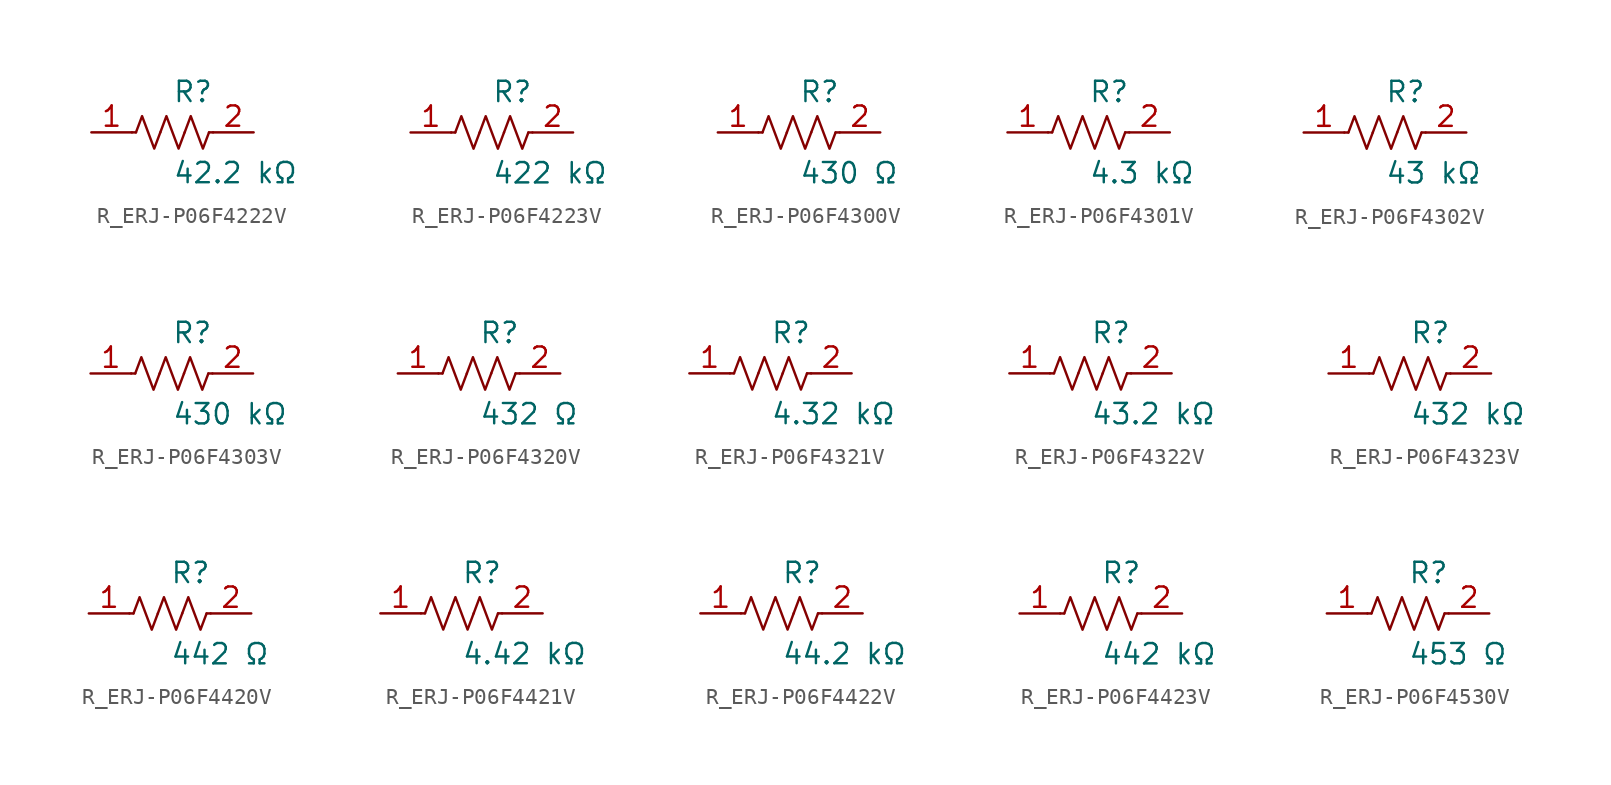
<source format=kicad_sym>
(kicad_symbol_lib
  (version 20231120)
  (generator kicad_symbol_editor)
  (generator_version 8.0)
  (symbol "R_ERJ-P06F4222V"
    (pin_names
      (offset 0.254))
    (property "Reference" "R"
      (at 0 2.54 0)
      (effects (font (size 1.27 1.27)) (justify left)))
    (property "Value" "42.2 kΩ"
      (at 0 -2.54 0)
      (effects (font (size 1.27 1.27)) (justify left)))
    (symbol "R_ERJ-P06F4222V_0_1"
      (polyline (pts (xy 2.286 0) (xy 2.54 0)) (stroke (width 0) (type default)) (fill (type none)))
      (polyline (pts (xy -2.286 0) (xy -2.54 0)) (stroke (width 0) (type default)) (fill (type none)))
      (polyline (pts (xy 0.762 0) (xy 1.143 1.016) (xy 1.524 0) (xy 1.905 -1.016) (xy 2.286 0)) (stroke (width 0) (type default)) (fill (type none)))
      (polyline (pts (xy -0.762 0) (xy -0.381 1.016) (xy 0 0) (xy 0.381 -1.016) (xy 0.762 0)) (stroke (width 0) (type default)) (fill (type none)))
      (polyline (pts (xy -2.286 0) (xy -1.905 1.016) (xy -1.524 0) (xy -1.143 -1.016) (xy -0.762 0)) (stroke (width 0) (type default)) (fill (type none))))
    (pin passive line
      (at -5.08 0 0)
      (length 2.54)
      (name "" (effects (font (size 1.27 1.27))))
      (number "1" (effects (font (size 1.27 1.27)))))
    (pin passive line
      (at 5.08 0 180)
      (length 2.54)
      (name "" (effects (font (size 1.27 1.27))))
      (number "2" (effects (font (size 1.27 1.27))))))
  (symbol "R_ERJ-P06F4223V"
    (pin_names
      (offset 0.254))
    (property "Reference" "R"
      (at 0 2.54 0)
      (effects (font (size 1.27 1.27)) (justify left)))
    (property "Value" "422 kΩ"
      (at 0 -2.54 0)
      (effects (font (size 1.27 1.27)) (justify left)))
    (symbol "R_ERJ-P06F4223V_0_1"
      (polyline (pts (xy 2.286 0) (xy 2.54 0)) (stroke (width 0) (type default)) (fill (type none)))
      (polyline (pts (xy -2.286 0) (xy -2.54 0)) (stroke (width 0) (type default)) (fill (type none)))
      (polyline (pts (xy 0.762 0) (xy 1.143 1.016) (xy 1.524 0) (xy 1.905 -1.016) (xy 2.286 0)) (stroke (width 0) (type default)) (fill (type none)))
      (polyline (pts (xy -0.762 0) (xy -0.381 1.016) (xy 0 0) (xy 0.381 -1.016) (xy 0.762 0)) (stroke (width 0) (type default)) (fill (type none)))
      (polyline (pts (xy -2.286 0) (xy -1.905 1.016) (xy -1.524 0) (xy -1.143 -1.016) (xy -0.762 0)) (stroke (width 0) (type default)) (fill (type none))))
    (pin passive line
      (at -5.08 0 0)
      (length 2.54)
      (name "" (effects (font (size 1.27 1.27))))
      (number "1" (effects (font (size 1.27 1.27)))))
    (pin passive line
      (at 5.08 0 180)
      (length 2.54)
      (name "" (effects (font (size 1.27 1.27))))
      (number "2" (effects (font (size 1.27 1.27))))))
  (symbol "R_ERJ-P06F4300V"
    (pin_names
      (offset 0.254))
    (property "Reference" "R"
      (at 0 2.54 0)
      (effects (font (size 1.27 1.27)) (justify left)))
    (property "Value" "430 Ω"
      (at 0 -2.54 0)
      (effects (font (size 1.27 1.27)) (justify left)))
    (symbol "R_ERJ-P06F4300V_0_1"
      (polyline (pts (xy 2.286 0) (xy 2.54 0)) (stroke (width 0) (type default)) (fill (type none)))
      (polyline (pts (xy -2.286 0) (xy -2.54 0)) (stroke (width 0) (type default)) (fill (type none)))
      (polyline (pts (xy 0.762 0) (xy 1.143 1.016) (xy 1.524 0) (xy 1.905 -1.016) (xy 2.286 0)) (stroke (width 0) (type default)) (fill (type none)))
      (polyline (pts (xy -0.762 0) (xy -0.381 1.016) (xy 0 0) (xy 0.381 -1.016) (xy 0.762 0)) (stroke (width 0) (type default)) (fill (type none)))
      (polyline (pts (xy -2.286 0) (xy -1.905 1.016) (xy -1.524 0) (xy -1.143 -1.016) (xy -0.762 0)) (stroke (width 0) (type default)) (fill (type none))))
    (pin passive line
      (at -5.08 0 0)
      (length 2.54)
      (name "" (effects (font (size 1.27 1.27))))
      (number "1" (effects (font (size 1.27 1.27)))))
    (pin passive line
      (at 5.08 0 180)
      (length 2.54)
      (name "" (effects (font (size 1.27 1.27))))
      (number "2" (effects (font (size 1.27 1.27))))))
  (symbol "R_ERJ-P06F4301V"
    (pin_names
      (offset 0.254))
    (property "Reference" "R"
      (at 0 2.54 0)
      (effects (font (size 1.27 1.27)) (justify left)))
    (property "Value" "4.3 kΩ"
      (at 0 -2.54 0)
      (effects (font (size 1.27 1.27)) (justify left)))
    (symbol "R_ERJ-P06F4301V_0_1"
      (polyline (pts (xy 2.286 0) (xy 2.54 0)) (stroke (width 0) (type default)) (fill (type none)))
      (polyline (pts (xy -2.286 0) (xy -2.54 0)) (stroke (width 0) (type default)) (fill (type none)))
      (polyline (pts (xy 0.762 0) (xy 1.143 1.016) (xy 1.524 0) (xy 1.905 -1.016) (xy 2.286 0)) (stroke (width 0) (type default)) (fill (type none)))
      (polyline (pts (xy -0.762 0) (xy -0.381 1.016) (xy 0 0) (xy 0.381 -1.016) (xy 0.762 0)) (stroke (width 0) (type default)) (fill (type none)))
      (polyline (pts (xy -2.286 0) (xy -1.905 1.016) (xy -1.524 0) (xy -1.143 -1.016) (xy -0.762 0)) (stroke (width 0) (type default)) (fill (type none))))
    (pin passive line
      (at -5.08 0 0)
      (length 2.54)
      (name "" (effects (font (size 1.27 1.27))))
      (number "1" (effects (font (size 1.27 1.27)))))
    (pin passive line
      (at 5.08 0 180)
      (length 2.54)
      (name "" (effects (font (size 1.27 1.27))))
      (number "2" (effects (font (size 1.27 1.27))))))
  (symbol "R_ERJ-P06F4302V"
    (pin_names
      (offset 0.254))
    (property "Reference" "R"
      (at 0 2.54 0)
      (effects (font (size 1.27 1.27)) (justify left)))
    (property "Value" "43 kΩ"
      (at 0 -2.54 0)
      (effects (font (size 1.27 1.27)) (justify left)))
    (symbol "R_ERJ-P06F4302V_0_1"
      (polyline (pts (xy 2.286 0) (xy 2.54 0)) (stroke (width 0) (type default)) (fill (type none)))
      (polyline (pts (xy -2.286 0) (xy -2.54 0)) (stroke (width 0) (type default)) (fill (type none)))
      (polyline (pts (xy 0.762 0) (xy 1.143 1.016) (xy 1.524 0) (xy 1.905 -1.016) (xy 2.286 0)) (stroke (width 0) (type default)) (fill (type none)))
      (polyline (pts (xy -0.762 0) (xy -0.381 1.016) (xy 0 0) (xy 0.381 -1.016) (xy 0.762 0)) (stroke (width 0) (type default)) (fill (type none)))
      (polyline (pts (xy -2.286 0) (xy -1.905 1.016) (xy -1.524 0) (xy -1.143 -1.016) (xy -0.762 0)) (stroke (width 0) (type default)) (fill (type none))))
    (pin passive line
      (at -5.08 0 0)
      (length 2.54)
      (name "" (effects (font (size 1.27 1.27))))
      (number "1" (effects (font (size 1.27 1.27)))))
    (pin passive line
      (at 5.08 0 180)
      (length 2.54)
      (name "" (effects (font (size 1.27 1.27))))
      (number "2" (effects (font (size 1.27 1.27))))))
  (symbol "R_ERJ-P06F4303V"
    (pin_names
      (offset 0.254))
    (property "Reference" "R"
      (at 0 2.54 0)
      (effects (font (size 1.27 1.27)) (justify left)))
    (property "Value" "430 kΩ"
      (at 0 -2.54 0)
      (effects (font (size 1.27 1.27)) (justify left)))
    (symbol "R_ERJ-P06F4303V_0_1"
      (polyline (pts (xy 2.286 0) (xy 2.54 0)) (stroke (width 0) (type default)) (fill (type none)))
      (polyline (pts (xy -2.286 0) (xy -2.54 0)) (stroke (width 0) (type default)) (fill (type none)))
      (polyline (pts (xy 0.762 0) (xy 1.143 1.016) (xy 1.524 0) (xy 1.905 -1.016) (xy 2.286 0)) (stroke (width 0) (type default)) (fill (type none)))
      (polyline (pts (xy -0.762 0) (xy -0.381 1.016) (xy 0 0) (xy 0.381 -1.016) (xy 0.762 0)) (stroke (width 0) (type default)) (fill (type none)))
      (polyline (pts (xy -2.286 0) (xy -1.905 1.016) (xy -1.524 0) (xy -1.143 -1.016) (xy -0.762 0)) (stroke (width 0) (type default)) (fill (type none))))
    (pin passive line
      (at -5.08 0 0)
      (length 2.54)
      (name "" (effects (font (size 1.27 1.27))))
      (number "1" (effects (font (size 1.27 1.27)))))
    (pin passive line
      (at 5.08 0 180)
      (length 2.54)
      (name "" (effects (font (size 1.27 1.27))))
      (number "2" (effects (font (size 1.27 1.27))))))
  (symbol "R_ERJ-P06F4320V"
    (pin_names
      (offset 0.254))
    (property "Reference" "R"
      (at 0 2.54 0)
      (effects (font (size 1.27 1.27)) (justify left)))
    (property "Value" "432 Ω"
      (at 0 -2.54 0)
      (effects (font (size 1.27 1.27)) (justify left)))
    (symbol "R_ERJ-P06F4320V_0_1"
      (polyline (pts (xy 2.286 0) (xy 2.54 0)) (stroke (width 0) (type default)) (fill (type none)))
      (polyline (pts (xy -2.286 0) (xy -2.54 0)) (stroke (width 0) (type default)) (fill (type none)))
      (polyline (pts (xy 0.762 0) (xy 1.143 1.016) (xy 1.524 0) (xy 1.905 -1.016) (xy 2.286 0)) (stroke (width 0) (type default)) (fill (type none)))
      (polyline (pts (xy -0.762 0) (xy -0.381 1.016) (xy 0 0) (xy 0.381 -1.016) (xy 0.762 0)) (stroke (width 0) (type default)) (fill (type none)))
      (polyline (pts (xy -2.286 0) (xy -1.905 1.016) (xy -1.524 0) (xy -1.143 -1.016) (xy -0.762 0)) (stroke (width 0) (type default)) (fill (type none))))
    (pin passive line
      (at -5.08 0 0)
      (length 2.54)
      (name "" (effects (font (size 1.27 1.27))))
      (number "1" (effects (font (size 1.27 1.27)))))
    (pin passive line
      (at 5.08 0 180)
      (length 2.54)
      (name "" (effects (font (size 1.27 1.27))))
      (number "2" (effects (font (size 1.27 1.27))))))
  (symbol "R_ERJ-P06F4321V"
    (pin_names
      (offset 0.254))
    (property "Reference" "R"
      (at 0 2.54 0)
      (effects (font (size 1.27 1.27)) (justify left)))
    (property "Value" "4.32 kΩ"
      (at 0 -2.54 0)
      (effects (font (size 1.27 1.27)) (justify left)))
    (symbol "R_ERJ-P06F4321V_0_1"
      (polyline (pts (xy 2.286 0) (xy 2.54 0)) (stroke (width 0) (type default)) (fill (type none)))
      (polyline (pts (xy -2.286 0) (xy -2.54 0)) (stroke (width 0) (type default)) (fill (type none)))
      (polyline (pts (xy 0.762 0) (xy 1.143 1.016) (xy 1.524 0) (xy 1.905 -1.016) (xy 2.286 0)) (stroke (width 0) (type default)) (fill (type none)))
      (polyline (pts (xy -0.762 0) (xy -0.381 1.016) (xy 0 0) (xy 0.381 -1.016) (xy 0.762 0)) (stroke (width 0) (type default)) (fill (type none)))
      (polyline (pts (xy -2.286 0) (xy -1.905 1.016) (xy -1.524 0) (xy -1.143 -1.016) (xy -0.762 0)) (stroke (width 0) (type default)) (fill (type none))))
    (pin passive line
      (at -5.08 0 0)
      (length 2.54)
      (name "" (effects (font (size 1.27 1.27))))
      (number "1" (effects (font (size 1.27 1.27)))))
    (pin passive line
      (at 5.08 0 180)
      (length 2.54)
      (name "" (effects (font (size 1.27 1.27))))
      (number "2" (effects (font (size 1.27 1.27))))))
  (symbol "R_ERJ-P06F4322V"
    (pin_names
      (offset 0.254))
    (property "Reference" "R"
      (at 0 2.54 0)
      (effects (font (size 1.27 1.27)) (justify left)))
    (property "Value" "43.2 kΩ"
      (at 0 -2.54 0)
      (effects (font (size 1.27 1.27)) (justify left)))
    (symbol "R_ERJ-P06F4322V_0_1"
      (polyline (pts (xy 2.286 0) (xy 2.54 0)) (stroke (width 0) (type default)) (fill (type none)))
      (polyline (pts (xy -2.286 0) (xy -2.54 0)) (stroke (width 0) (type default)) (fill (type none)))
      (polyline (pts (xy 0.762 0) (xy 1.143 1.016) (xy 1.524 0) (xy 1.905 -1.016) (xy 2.286 0)) (stroke (width 0) (type default)) (fill (type none)))
      (polyline (pts (xy -0.762 0) (xy -0.381 1.016) (xy 0 0) (xy 0.381 -1.016) (xy 0.762 0)) (stroke (width 0) (type default)) (fill (type none)))
      (polyline (pts (xy -2.286 0) (xy -1.905 1.016) (xy -1.524 0) (xy -1.143 -1.016) (xy -0.762 0)) (stroke (width 0) (type default)) (fill (type none))))
    (pin passive line
      (at -5.08 0 0)
      (length 2.54)
      (name "" (effects (font (size 1.27 1.27))))
      (number "1" (effects (font (size 1.27 1.27)))))
    (pin passive line
      (at 5.08 0 180)
      (length 2.54)
      (name "" (effects (font (size 1.27 1.27))))
      (number "2" (effects (font (size 1.27 1.27))))))
  (symbol "R_ERJ-P06F4323V"
    (pin_names
      (offset 0.254))
    (property "Reference" "R"
      (at 0 2.54 0)
      (effects (font (size 1.27 1.27)) (justify left)))
    (property "Value" "432 kΩ"
      (at 0 -2.54 0)
      (effects (font (size 1.27 1.27)) (justify left)))
    (symbol "R_ERJ-P06F4323V_0_1"
      (polyline (pts (xy 2.286 0) (xy 2.54 0)) (stroke (width 0) (type default)) (fill (type none)))
      (polyline (pts (xy -2.286 0) (xy -2.54 0)) (stroke (width 0) (type default)) (fill (type none)))
      (polyline (pts (xy 0.762 0) (xy 1.143 1.016) (xy 1.524 0) (xy 1.905 -1.016) (xy 2.286 0)) (stroke (width 0) (type default)) (fill (type none)))
      (polyline (pts (xy -0.762 0) (xy -0.381 1.016) (xy 0 0) (xy 0.381 -1.016) (xy 0.762 0)) (stroke (width 0) (type default)) (fill (type none)))
      (polyline (pts (xy -2.286 0) (xy -1.905 1.016) (xy -1.524 0) (xy -1.143 -1.016) (xy -0.762 0)) (stroke (width 0) (type default)) (fill (type none))))
    (pin passive line
      (at -5.08 0 0)
      (length 2.54)
      (name "" (effects (font (size 1.27 1.27))))
      (number "1" (effects (font (size 1.27 1.27)))))
    (pin passive line
      (at 5.08 0 180)
      (length 2.54)
      (name "" (effects (font (size 1.27 1.27))))
      (number "2" (effects (font (size 1.27 1.27))))))
  (symbol "R_ERJ-P06F4420V"
    (pin_names
      (offset 0.254))
    (property "Reference" "R"
      (at 0 2.54 0)
      (effects (font (size 1.27 1.27)) (justify left)))
    (property "Value" "442 Ω"
      (at 0 -2.54 0)
      (effects (font (size 1.27 1.27)) (justify left)))
    (symbol "R_ERJ-P06F4420V_0_1"
      (polyline (pts (xy 2.286 0) (xy 2.54 0)) (stroke (width 0) (type default)) (fill (type none)))
      (polyline (pts (xy -2.286 0) (xy -2.54 0)) (stroke (width 0) (type default)) (fill (type none)))
      (polyline (pts (xy 0.762 0) (xy 1.143 1.016) (xy 1.524 0) (xy 1.905 -1.016) (xy 2.286 0)) (stroke (width 0) (type default)) (fill (type none)))
      (polyline (pts (xy -0.762 0) (xy -0.381 1.016) (xy 0 0) (xy 0.381 -1.016) (xy 0.762 0)) (stroke (width 0) (type default)) (fill (type none)))
      (polyline (pts (xy -2.286 0) (xy -1.905 1.016) (xy -1.524 0) (xy -1.143 -1.016) (xy -0.762 0)) (stroke (width 0) (type default)) (fill (type none))))
    (pin passive line
      (at -5.08 0 0)
      (length 2.54)
      (name "" (effects (font (size 1.27 1.27))))
      (number "1" (effects (font (size 1.27 1.27)))))
    (pin passive line
      (at 5.08 0 180)
      (length 2.54)
      (name "" (effects (font (size 1.27 1.27))))
      (number "2" (effects (font (size 1.27 1.27))))))
  (symbol "R_ERJ-P06F4421V"
    (pin_names
      (offset 0.254))
    (property "Reference" "R"
      (at 0 2.54 0)
      (effects (font (size 1.27 1.27)) (justify left)))
    (property "Value" "4.42 kΩ"
      (at 0 -2.54 0)
      (effects (font (size 1.27 1.27)) (justify left)))
    (symbol "R_ERJ-P06F4421V_0_1"
      (polyline (pts (xy 2.286 0) (xy 2.54 0)) (stroke (width 0) (type default)) (fill (type none)))
      (polyline (pts (xy -2.286 0) (xy -2.54 0)) (stroke (width 0) (type default)) (fill (type none)))
      (polyline (pts (xy 0.762 0) (xy 1.143 1.016) (xy 1.524 0) (xy 1.905 -1.016) (xy 2.286 0)) (stroke (width 0) (type default)) (fill (type none)))
      (polyline (pts (xy -0.762 0) (xy -0.381 1.016) (xy 0 0) (xy 0.381 -1.016) (xy 0.762 0)) (stroke (width 0) (type default)) (fill (type none)))
      (polyline (pts (xy -2.286 0) (xy -1.905 1.016) (xy -1.524 0) (xy -1.143 -1.016) (xy -0.762 0)) (stroke (width 0) (type default)) (fill (type none))))
    (pin passive line
      (at -5.08 0 0)
      (length 2.54)
      (name "" (effects (font (size 1.27 1.27))))
      (number "1" (effects (font (size 1.27 1.27)))))
    (pin passive line
      (at 5.08 0 180)
      (length 2.54)
      (name "" (effects (font (size 1.27 1.27))))
      (number "2" (effects (font (size 1.27 1.27))))))
  (symbol "R_ERJ-P06F4422V"
    (pin_names
      (offset 0.254))
    (property "Reference" "R"
      (at 0 2.54 0)
      (effects (font (size 1.27 1.27)) (justify left)))
    (property "Value" "44.2 kΩ"
      (at 0 -2.54 0)
      (effects (font (size 1.27 1.27)) (justify left)))
    (symbol "R_ERJ-P06F4422V_0_1"
      (polyline (pts (xy 2.286 0) (xy 2.54 0)) (stroke (width 0) (type default)) (fill (type none)))
      (polyline (pts (xy -2.286 0) (xy -2.54 0)) (stroke (width 0) (type default)) (fill (type none)))
      (polyline (pts (xy 0.762 0) (xy 1.143 1.016) (xy 1.524 0) (xy 1.905 -1.016) (xy 2.286 0)) (stroke (width 0) (type default)) (fill (type none)))
      (polyline (pts (xy -0.762 0) (xy -0.381 1.016) (xy 0 0) (xy 0.381 -1.016) (xy 0.762 0)) (stroke (width 0) (type default)) (fill (type none)))
      (polyline (pts (xy -2.286 0) (xy -1.905 1.016) (xy -1.524 0) (xy -1.143 -1.016) (xy -0.762 0)) (stroke (width 0) (type default)) (fill (type none))))
    (pin passive line
      (at -5.08 0 0)
      (length 2.54)
      (name "" (effects (font (size 1.27 1.27))))
      (number "1" (effects (font (size 1.27 1.27)))))
    (pin passive line
      (at 5.08 0 180)
      (length 2.54)
      (name "" (effects (font (size 1.27 1.27))))
      (number "2" (effects (font (size 1.27 1.27))))))
  (symbol "R_ERJ-P06F4423V"
    (pin_names
      (offset 0.254))
    (property "Reference" "R"
      (at 0 2.54 0)
      (effects (font (size 1.27 1.27)) (justify left)))
    (property "Value" "442 kΩ"
      (at 0 -2.54 0)
      (effects (font (size 1.27 1.27)) (justify left)))
    (symbol "R_ERJ-P06F4423V_0_1"
      (polyline (pts (xy 2.286 0) (xy 2.54 0)) (stroke (width 0) (type default)) (fill (type none)))
      (polyline (pts (xy -2.286 0) (xy -2.54 0)) (stroke (width 0) (type default)) (fill (type none)))
      (polyline (pts (xy 0.762 0) (xy 1.143 1.016) (xy 1.524 0) (xy 1.905 -1.016) (xy 2.286 0)) (stroke (width 0) (type default)) (fill (type none)))
      (polyline (pts (xy -0.762 0) (xy -0.381 1.016) (xy 0 0) (xy 0.381 -1.016) (xy 0.762 0)) (stroke (width 0) (type default)) (fill (type none)))
      (polyline (pts (xy -2.286 0) (xy -1.905 1.016) (xy -1.524 0) (xy -1.143 -1.016) (xy -0.762 0)) (stroke (width 0) (type default)) (fill (type none))))
    (pin passive line
      (at -5.08 0 0)
      (length 2.54)
      (name "" (effects (font (size 1.27 1.27))))
      (number "1" (effects (font (size 1.27 1.27)))))
    (pin passive line
      (at 5.08 0 180)
      (length 2.54)
      (name "" (effects (font (size 1.27 1.27))))
      (number "2" (effects (font (size 1.27 1.27))))))
  (symbol "R_ERJ-P06F4530V"
    (pin_names
      (offset 0.254))
    (property "Reference" "R"
      (at 0 2.54 0)
      (effects (font (size 1.27 1.27)) (justify left)))
    (property "Value" "453 Ω"
      (at 0 -2.54 0)
      (effects (font (size 1.27 1.27)) (justify left)))
    (symbol "R_ERJ-P06F4530V_0_1"
      (polyline (pts (xy 2.286 0) (xy 2.54 0)) (stroke (width 0) (type default)) (fill (type none)))
      (polyline (pts (xy -2.286 0) (xy -2.54 0)) (stroke (width 0) (type default)) (fill (type none)))
      (polyline (pts (xy 0.762 0) (xy 1.143 1.016) (xy 1.524 0) (xy 1.905 -1.016) (xy 2.286 0)) (stroke (width 0) (type default)) (fill (type none)))
      (polyline (pts (xy -0.762 0) (xy -0.381 1.016) (xy 0 0) (xy 0.381 -1.016) (xy 0.762 0)) (stroke (width 0) (type default)) (fill (type none)))
      (polyline (pts (xy -2.286 0) (xy -1.905 1.016) (xy -1.524 0) (xy -1.143 -1.016) (xy -0.762 0)) (stroke (width 0) (type default)) (fill (type none))))
    (pin passive line
      (at -5.08 0 0)
      (length 2.54)
      (name "" (effects (font (size 1.27 1.27))))
      (number "1" (effects (font (size 1.27 1.27)))))
    (pin passive line
      (at 5.08 0 180)
      (length 2.54)
      (name "" (effects (font (size 1.27 1.27))))
      (number "2" (effects (font (size 1.27 1.27)))))))
</source>
